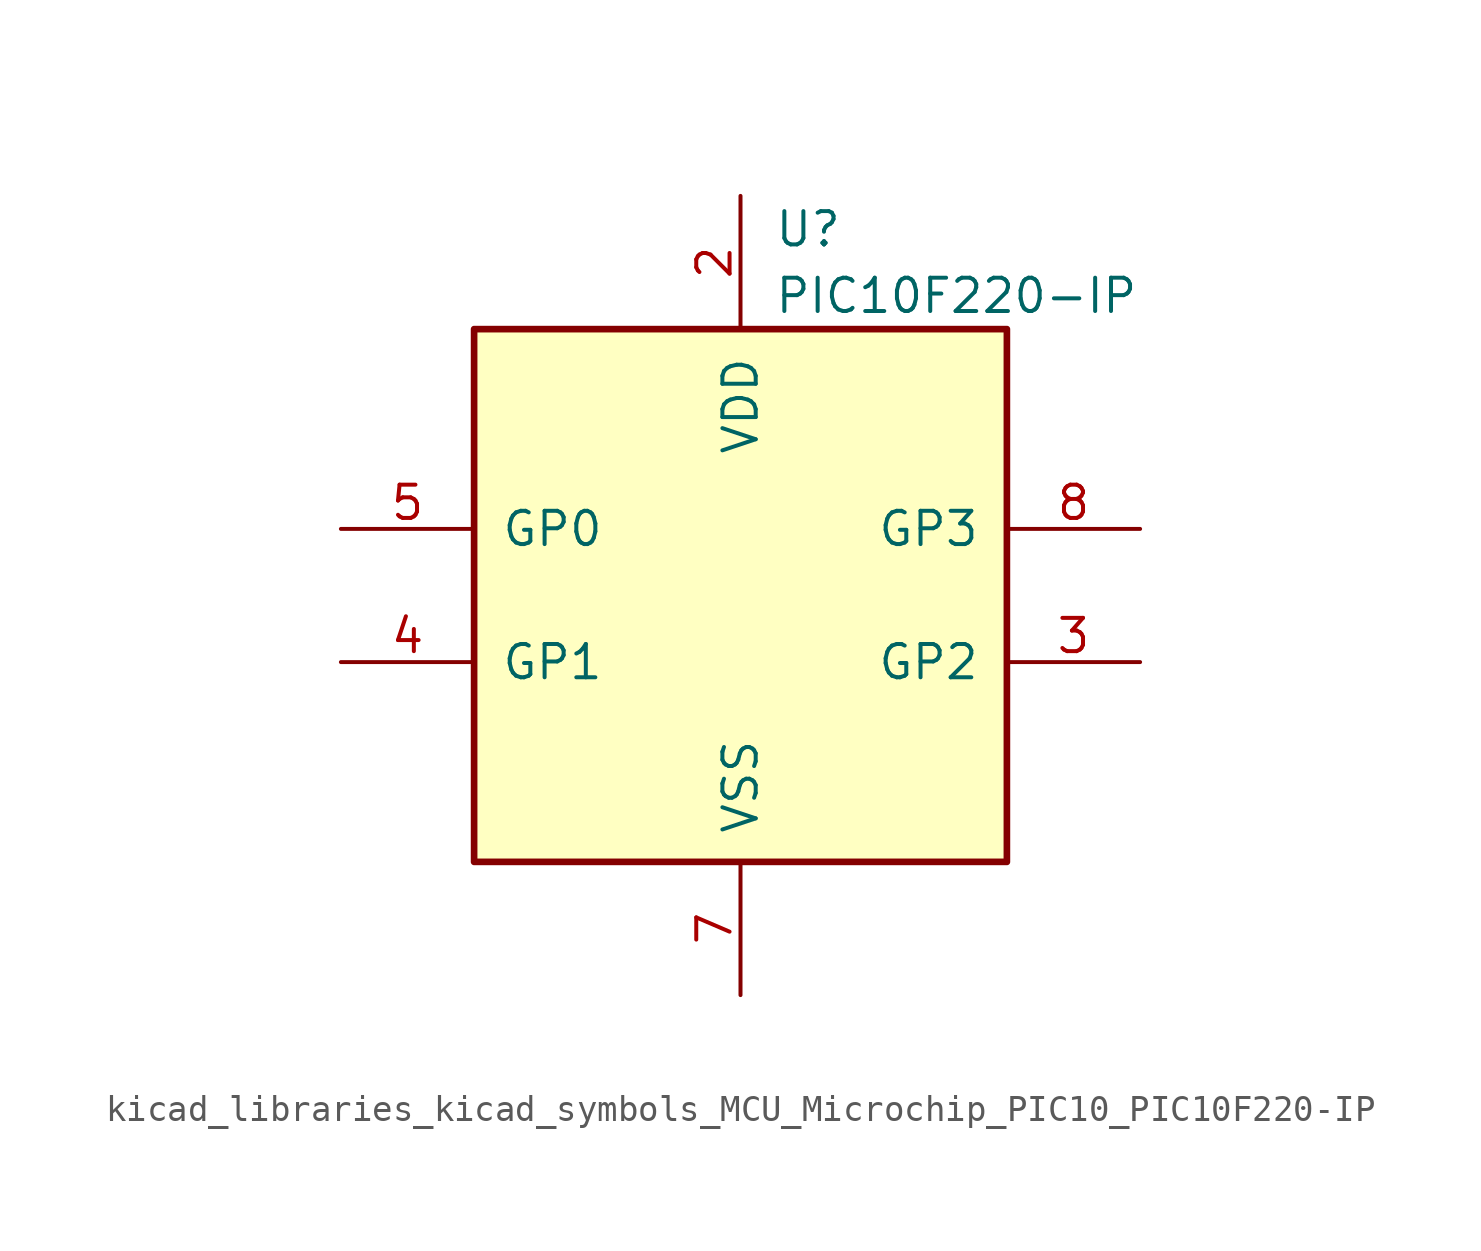
<source format=kicad_sym>
(kicad_symbol_lib
  (version 20220914)
  (generator kicad_symbol_editor)
  (symbol "kicad_libraries_kicad_symbols_MCU_Microchip_PIC10_PIC10F220-IP"
    (pin_names
      (offset 1.016))
    (property "Reference" "U"
      (at 1.27 13.97 0)
      (effects (font (size 1.27 1.27)) (justify left)))
    (property "Value" "PIC10F220-IP"
      (at 1.27 11.43 0)
      (effects (font (size 1.27 1.27)) (justify left)))
    (symbol "kicad_libraries_kicad_symbols_MCU_Microchip_PIC10_PIC10F220-IP_0_1"
      (rectangle (start -10.16 10.16) (end 10.16 -10.16) (stroke (width 0.254) (type default)) (fill (type background))))
    (symbol "kicad_libraries_kicad_symbols_MCU_Microchip_PIC10_PIC10F220-IP_1_1"
      (pin power_in line (at 0 15.24 270) (length 5.08) (name "VDD" (effects (font (size 1.27 1.27)))) (number "2" (effects (font (size 1.27 1.27)))))
      (pin bidirectional line (at 15.24 -2.54 180) (length 5.08) (name "GP2" (effects (font (size 1.27 1.27)))) (number "3" (effects (font (size 1.27 1.27)))))
      (pin bidirectional line (at -15.24 -2.54 0) (length 5.08) (name "GP1" (effects (font (size 1.27 1.27)))) (number "4" (effects (font (size 1.27 1.27)))))
      (pin bidirectional line (at -15.24 2.54 0) (length 5.08) (name "GP0" (effects (font (size 1.27 1.27)))) (number "5" (effects (font (size 1.27 1.27)))))
      (pin power_in line (at 0 -15.24 90) (length 5.08) (name "VSS" (effects (font (size 1.27 1.27)))) (number "7" (effects (font (size 1.27 1.27)))))
      (pin input line (at 15.24 2.54 180) (length 5.08) (name "GP3" (effects (font (size 1.27 1.27)))) (number "8" (effects (font (size 1.27 1.27))))))))
</source>
